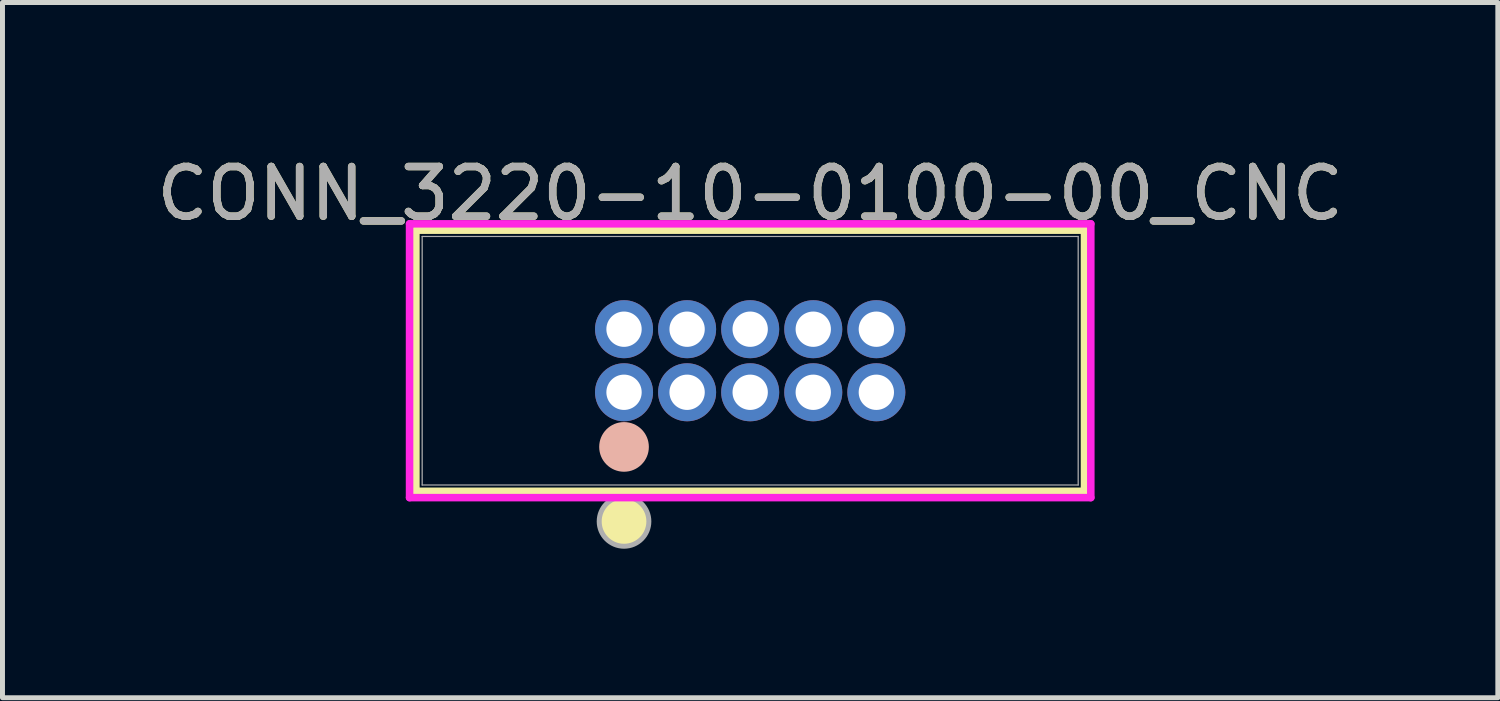
<source format=kicad_pcb>
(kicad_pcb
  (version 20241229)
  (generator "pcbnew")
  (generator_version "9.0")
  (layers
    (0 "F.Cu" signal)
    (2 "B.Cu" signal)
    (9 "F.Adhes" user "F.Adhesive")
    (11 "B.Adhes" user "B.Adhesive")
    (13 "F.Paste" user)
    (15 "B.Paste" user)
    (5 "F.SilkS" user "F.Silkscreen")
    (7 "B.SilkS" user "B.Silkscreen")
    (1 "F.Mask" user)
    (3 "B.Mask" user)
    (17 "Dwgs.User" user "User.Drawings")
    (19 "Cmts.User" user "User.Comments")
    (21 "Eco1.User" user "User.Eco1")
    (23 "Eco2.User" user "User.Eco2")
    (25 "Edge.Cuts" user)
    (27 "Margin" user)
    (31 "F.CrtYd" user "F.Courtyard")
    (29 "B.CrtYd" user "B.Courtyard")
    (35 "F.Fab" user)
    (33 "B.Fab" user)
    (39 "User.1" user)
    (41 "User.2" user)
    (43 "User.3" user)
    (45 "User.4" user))
  (footprint "CONN_3220-10-0100-00_CNC"
    (layer "F.Cu")
    (at 9.514 4.848)
    (property "Reference" "CONN_3220-10-0100-00_CNC" (at 2.54 -4 0) (unlocked yes) (layer "F.SilkS") (effects (font (size 1 1) (thickness 0.15))))
    (attr through_hole)
    (fp_line (start -4.191 -3.264) (end -4.191 1.994) (stroke (width 0.152) (type solid)) (layer "F.SilkS"))
    (fp_line (start -4.191 1.994) (end 9.271 1.994) (stroke (width 0.152) (type solid)) (layer "F.SilkS"))
    (fp_line (start 9.271 -3.264) (end -4.191 -3.264) (stroke (width 0.152) (type solid)) (layer "F.SilkS"))
    (fp_line (start 9.271 1.994) (end 9.271 -3.264) (stroke (width 0.152) (type solid)) (layer "F.SilkS"))
    (fp_circle (center 0 2.6) (end 0.5 2.6) (stroke (width 0) (type solid)) (fill yes) (layer "F.SilkS"))
    (fp_circle (center 0 1.1) (end 0.5 1.1) (stroke (width 0) (type solid)) (fill yes) (layer "B.SilkS"))
    (fp_line (start -4.318 -3.391) (end -4.318 2.121) (stroke (width 0.152) (type solid)) (layer "F.CrtYd"))
    (fp_line (start -4.318 2.121) (end 9.398 2.121) (stroke (width 0.152) (type solid)) (layer "F.CrtYd"))
    (fp_line (start 9.398 -3.391) (end -4.318 -3.391) (stroke (width 0.152) (type solid)) (layer "F.CrtYd"))
    (fp_line (start 9.398 2.121) (end 9.398 -3.391) (stroke (width 0.152) (type solid)) (layer "F.CrtYd"))
    (fp_line (start -4.064 -3.137) (end -4.064 1.867) (stroke (width 0.025) (type solid)) (layer "F.Fab"))
    (fp_line (start -4.064 1.867) (end 9.144 1.867) (stroke (width 0.025) (type solid)) (layer "F.Fab"))
    (fp_line (start 9.144 -3.137) (end -4.064 -3.137) (stroke (width 0.025) (type solid)) (layer "F.Fab"))
    (fp_line (start 9.144 1.867) (end 9.144 -3.137) (stroke (width 0.025) (type solid)) (layer "F.Fab"))
    (fp_circle (center 0 2.6) (end 0.5 2.6) (stroke (width 0.1) (type solid)) (fill no) (layer "F.Fab"))
    (fp_text user "${REFERENCE}" (at 2.54 -4 0) (unlocked yes) (layer "F.Fab") (effects (font (size 1 1) (thickness 0.15))))
    (pad "1" thru_hole circle (at 0 0) (size 1.168 1.168) (drill 0.711) (layers "*.Cu" "*.Mask"))
    (pad "2" thru_hole circle (at 0 -1.27) (size 1.168 1.168) (drill 0.711) (layers "*.Cu" "*.Mask"))
    (pad "3" thru_hole circle (at 1.27 0) (size 1.168 1.168) (drill 0.711) (layers "*.Cu" "*.Mask"))
    (pad "4" thru_hole circle (at 1.27 -1.27) (size 1.168 1.168) (drill 0.711) (layers "*.Cu" "*.Mask"))
    (pad "5" thru_hole circle (at 2.54 0) (size 1.168 1.168) (drill 0.711) (layers "*.Cu" "*.Mask"))
    (pad "6" thru_hole circle (at 2.54 -1.27) (size 1.168 1.168) (drill 0.711) (layers "*.Cu" "*.Mask"))
    (pad "7" thru_hole circle (at 3.81 0) (size 1.168 1.168) (drill 0.711) (layers "*.Cu" "*.Mask"))
    (pad "8" thru_hole circle (at 3.81 -1.27) (size 1.168 1.168) (drill 0.711) (layers "*.Cu" "*.Mask"))
    (pad "9" thru_hole circle (at 5.08 0) (size 1.168 1.168) (drill 0.711) (layers "*.Cu" "*.Mask"))
    (pad "10" thru_hole circle (at 5.08 -1.27) (size 1.168 1.168) (drill 0.711) (layers "*.Cu" "*.Mask")))
  (gr_rect
    (start -3 -3)
    (end 27.107 10.998)
    (stroke (width 0.1) (type default))
    (fill no)
    (layer "Edge.Cuts")))
</source>
